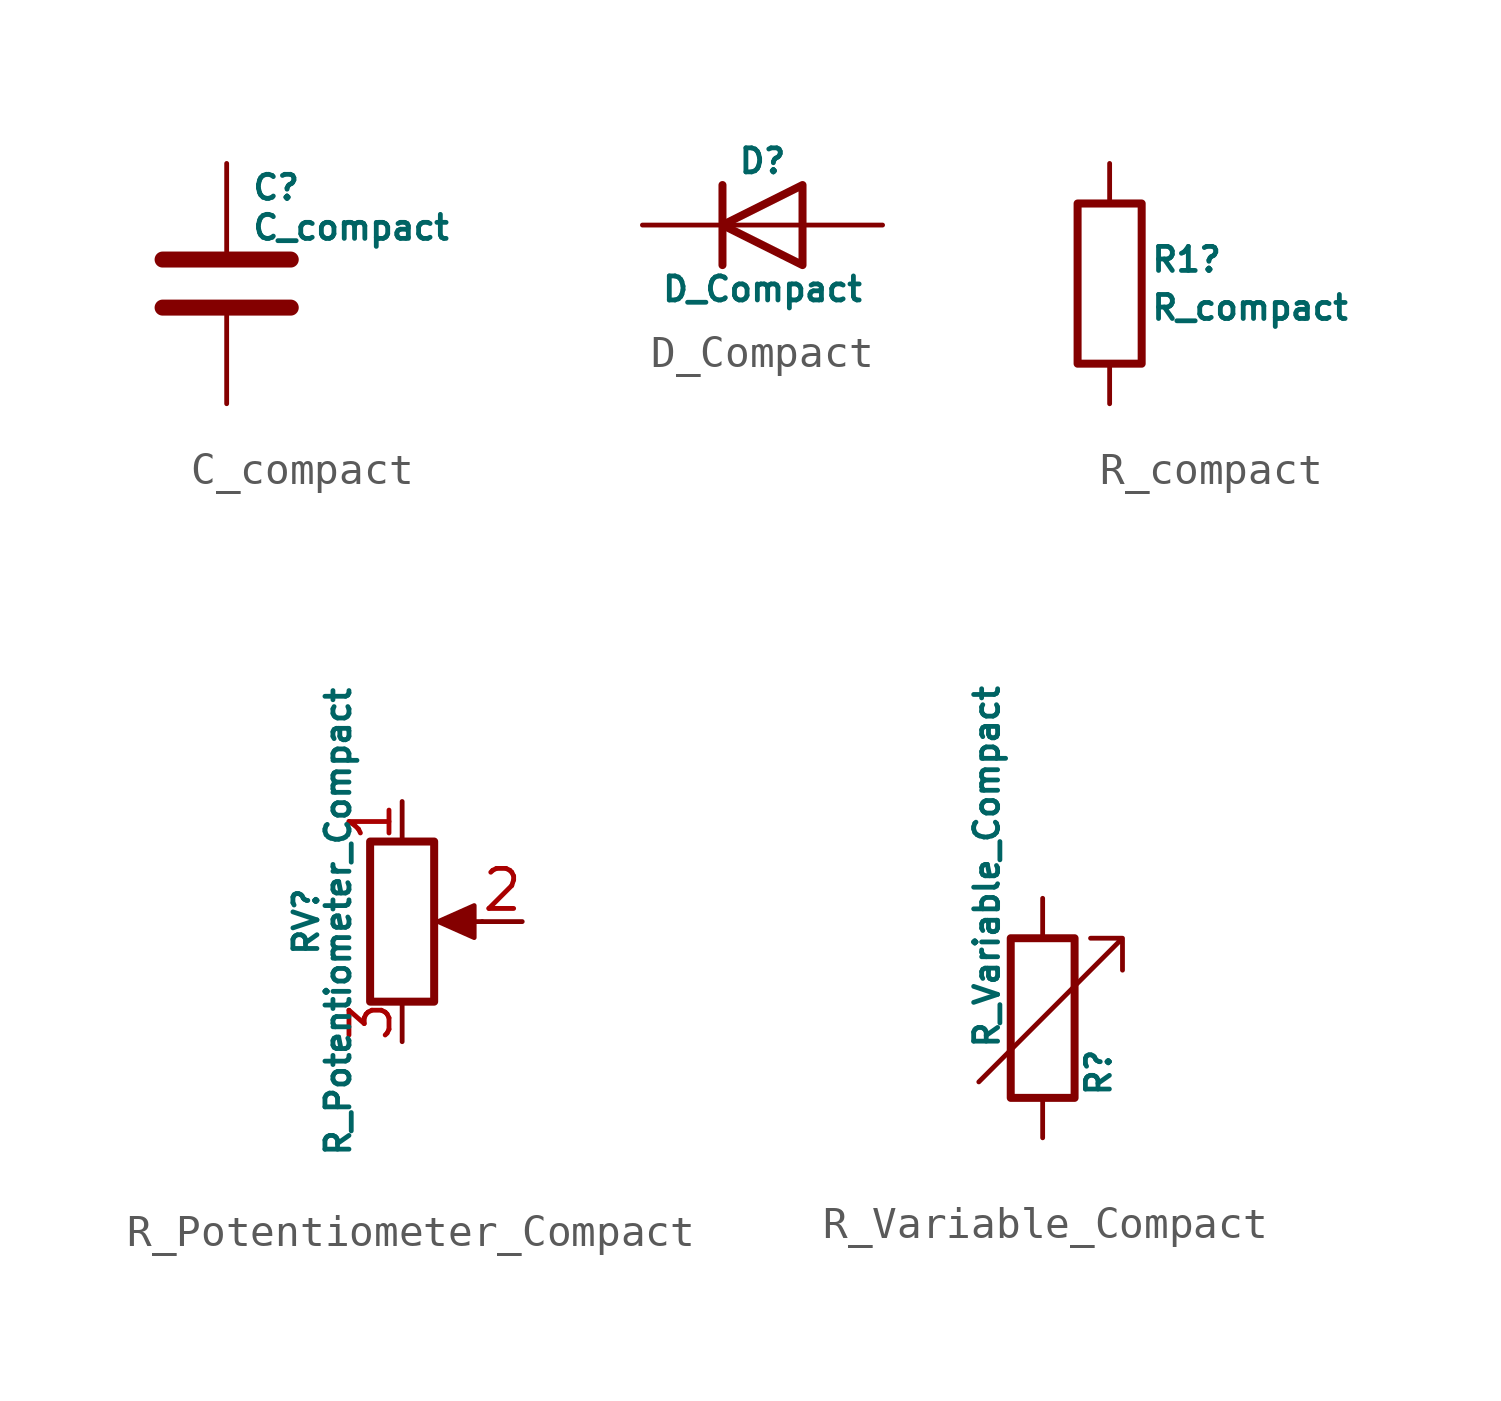
<source format=kicad_sym>
(kicad_symbol_lib
  (version 20241209)
  (generator "kicad_symbol_editor")
  (generator_version "9.0")
  (symbol "C_compact"
    (pin_numbers
      (hide yes))
    (pin_names
      (offset 0.254))
    (property "Reference" "C"
      (at 0.762 3.048 0)
      (effects (font (size 0.762 0.762)) (justify left)))
    (property "Value" "C_compact"
      (at 0.762 1.778 0)
      (effects (font (size 0.762 0.762)) (justify left)))
    (symbol "C_compact_0_1"
      (polyline (pts (xy -2.032 0.762) (xy 2.032 0.762)) (stroke (width 0.508) (type default)) (fill (type none)))
      (polyline (pts (xy -2.032 -0.762) (xy 2.032 -0.762)) (stroke (width 0.508) (type default)) (fill (type none))))
    (symbol "C_compact_1_1"
      (pin passive line (at 0 3.81 270) (length 2.794) (name "~" (effects (font (size 1.27 1.27)))) (number "1" (effects (font (size 1.27 1.27)))))
      (pin passive line (at 0 -3.81 90) (length 2.794) (name "~" (effects (font (size 1.27 1.27)))) (number "2" (effects (font (size 1.27 1.27)))))))
  (symbol "D_Compact"
    (pin_numbers
      (hide yes))
    (pin_names
      (offset 1.016)
      (hide yes))
    (property "Reference" "D"
      (at 0 2.032 0)
      (effects (font (size 0.762 0.762))))
    (property "Value" "D_Compact"
      (at 0 -2.032 0)
      (effects (font (size 0.762 0.762))))
    (symbol "D_Compact_0_1"
      (polyline (pts (xy -1.27 1.27) (xy -1.27 -1.27)) (stroke (width 0.254) (type default)) (fill (type none)))
      (polyline (pts (xy 1.27 1.27) (xy 1.27 -1.27) (xy -1.27 0) (xy 1.27 1.27)) (stroke (width 0.254) (type default)) (fill (type none)))
      (polyline (pts (xy 1.27 0) (xy -1.27 0)) (stroke (width 0) (type default)) (fill (type none))))
    (symbol "D_Compact_1_1"
      (pin passive line (at -3.81 0 0) (length 2.54) (name "K" (effects (font (size 1.27 1.27)))) (number "1" (effects (font (size 1.27 1.27)))))
      (pin passive line (at 3.81 0 180) (length 2.54) (name "A" (effects (font (size 1.27 1.27)))) (number "2" (effects (font (size 1.27 1.27)))))))
  (symbol "R_compact"
    (pin_numbers
      (hide yes))
    (pin_names
      (offset 0))
    (property "Reference" "R1"
      (at 1.27 0.762 0)
      (effects (font (size 0.762 0.762)) (justify left)))
    (property "Value" "R_compact"
      (at 1.27 -0.762 0)
      (effects (font (size 0.762 0.762)) (justify left)))
    (symbol "R_compact_0_1"
      (rectangle (start -1.016 -2.54) (end 1.016 2.54) (stroke (width 0.254) (type default)) (fill (type none))))
    (symbol "R_compact_1_1"
      (pin passive line (at 0 3.81 270) (length 1.27) (name "~" (effects (font (size 1.27 1.27)))) (number "1" (effects (font (size 1.27 1.27)))))
      (pin passive line (at 0 -3.81 90) (length 1.27) (name "~" (effects (font (size 1.27 1.27)))) (number "2" (effects (font (size 1.27 1.27)))))))
  (symbol "R_Potentiometer_Compact"
    (pin_names
      (offset 1.016)
      (hide yes))
    (property "Reference" "RV"
      (at -3.048 0 90)
      (effects (font (size 0.762 0.762))))
    (property "Value" "R_Potentiometer_Compact"
      (at -2.032 0 90)
      (effects (font (size 0.762 0.762))))
    (symbol "R_Potentiometer_Compact_0_1"
      (rectangle (start 1.016 2.54) (end -1.016 -2.54) (stroke (width 0.254) (type default)) (fill (type none)))
      (polyline (pts (xy 1.143 0) (xy 2.286 0.508) (xy 2.286 -0.508) (xy 1.143 0)) (stroke (width 0) (type default)) (fill (type outline)))
      (polyline (pts (xy 2.54 0) (xy 1.524 0)) (stroke (width 0) (type default)) (fill (type none))))
    (symbol "R_Potentiometer_Compact_1_1"
      (pin passive line (at 0 3.81 270) (length 1.27) (name "1" (effects (font (size 1.27 1.27)))) (number "1" (effects (font (size 1.27 1.27)))))
      (pin passive line (at 0 -3.81 90) (length 1.27) (name "3" (effects (font (size 1.27 1.27)))) (number "3" (effects (font (size 1.27 1.27)))))
      (pin passive line (at 3.81 0 180) (length 1.27) (name "2" (effects (font (size 1.27 1.27)))) (number "2" (effects (font (size 1.27 1.27)))))))
  (symbol "R_Variable_Compact"
    (pin_numbers
      (hide yes))
    (pin_names
      (offset 0))
    (property "Reference" "R"
      (at 1.778 -2.54 90)
      (effects (font (size 0.762 0.762)) (justify left)))
    (property "Value" "R_Variable_Compact"
      (at -1.778 -1.016 90)
      (effects (font (size 0.762 0.762)) (justify left)))
    (symbol "R_Variable_Compact_0_1"
      (rectangle (start -1.016 -2.54) (end 1.016 2.54) (stroke (width 0.254) (type default)) (fill (type none)))
      (polyline (pts (xy 2.54 1.524) (xy 2.54 2.54) (xy 1.524 2.54) (xy 2.54 2.54) (xy -2.032 -2.032)) (stroke (width 0) (type default)) (fill (type none))))
    (symbol "R_Variable_Compact_1_1"
      (pin passive line (at 0 3.81 270) (length 1.27) (name "~" (effects (font (size 1.27 1.27)))) (number "1" (effects (font (size 1.27 1.27)))))
      (pin passive line (at 0 -3.81 90) (length 1.27) (name "~" (effects (font (size 1.27 1.27)))) (number "2" (effects (font (size 1.27 1.27))))))))
</source>
